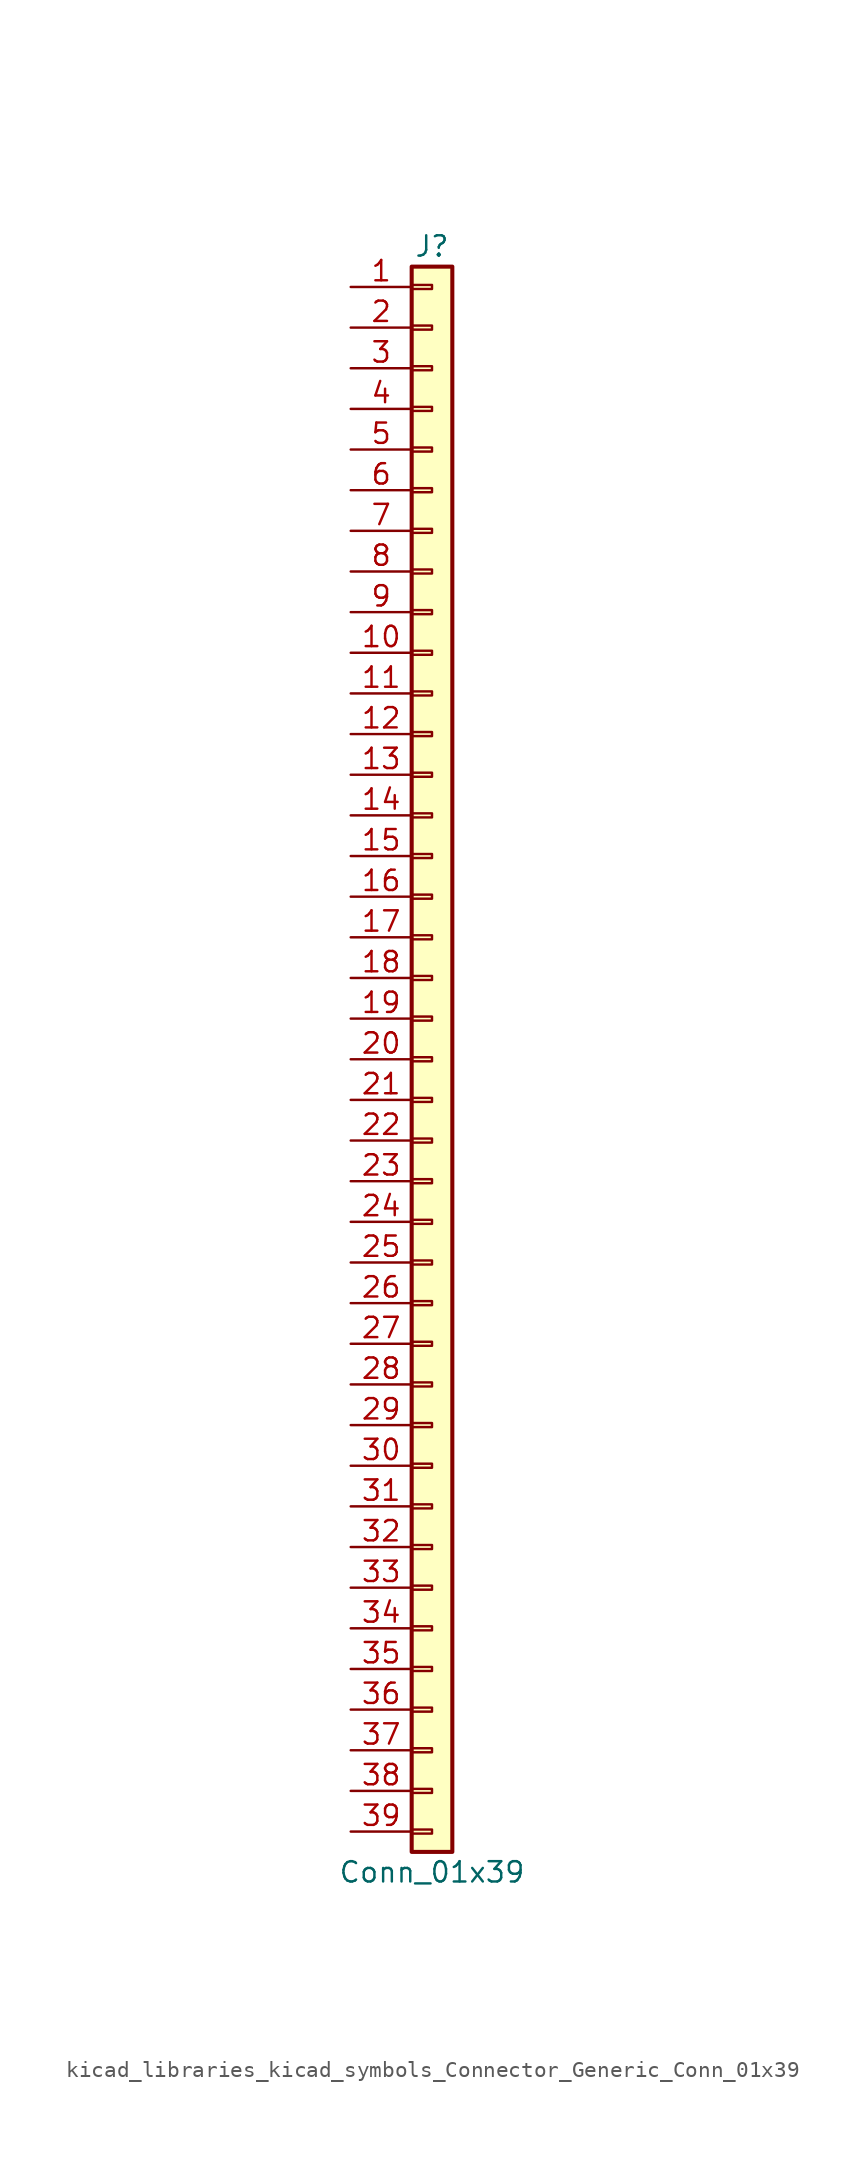
<source format=kicad_sym>
(kicad_symbol_lib
  (version 20220914)
  (generator kicad_symbol_editor)
  (symbol "kicad_libraries_kicad_symbols_Connector_Generic_Conn_01x39"
    (pin_names
      (offset 1.016) hide)
    (property "Reference" "J"
      (at 0 50.8 0)
      (effects (font (size 1.27 1.27))))
    (property "Value" "Conn_01x39"
      (at 0 -50.8 0)
      (effects (font (size 1.27 1.27))))
    (symbol "kicad_libraries_kicad_symbols_Connector_Generic_Conn_01x39_1_1"
      (rectangle (start -1.27 -48.133) (end 0 -48.387) (stroke (width 0.152) (type default)) (fill (type none)))
      (rectangle (start -1.27 -45.593) (end 0 -45.847) (stroke (width 0.152) (type default)) (fill (type none)))
      (rectangle (start -1.27 -43.053) (end 0 -43.307) (stroke (width 0.152) (type default)) (fill (type none)))
      (rectangle (start -1.27 -40.513) (end 0 -40.767) (stroke (width 0.152) (type default)) (fill (type none)))
      (rectangle (start -1.27 -37.973) (end 0 -38.227) (stroke (width 0.152) (type default)) (fill (type none)))
      (rectangle (start -1.27 -35.433) (end 0 -35.687) (stroke (width 0.152) (type default)) (fill (type none)))
      (rectangle (start -1.27 -32.893) (end 0 -33.147) (stroke (width 0.152) (type default)) (fill (type none)))
      (rectangle (start -1.27 -30.353) (end 0 -30.607) (stroke (width 0.152) (type default)) (fill (type none)))
      (rectangle (start -1.27 -27.813) (end 0 -28.067) (stroke (width 0.152) (type default)) (fill (type none)))
      (rectangle (start -1.27 -25.273) (end 0 -25.527) (stroke (width 0.152) (type default)) (fill (type none)))
      (rectangle (start -1.27 -22.733) (end 0 -22.987) (stroke (width 0.152) (type default)) (fill (type none)))
      (rectangle (start -1.27 -20.193) (end 0 -20.447) (stroke (width 0.152) (type default)) (fill (type none)))
      (rectangle (start -1.27 -17.653) (end 0 -17.907) (stroke (width 0.152) (type default)) (fill (type none)))
      (rectangle (start -1.27 -15.113) (end 0 -15.367) (stroke (width 0.152) (type default)) (fill (type none)))
      (rectangle (start -1.27 -12.573) (end 0 -12.827) (stroke (width 0.152) (type default)) (fill (type none)))
      (rectangle (start -1.27 -10.033) (end 0 -10.287) (stroke (width 0.152) (type default)) (fill (type none)))
      (rectangle (start -1.27 -7.493) (end 0 -7.747) (stroke (width 0.152) (type default)) (fill (type none)))
      (rectangle (start -1.27 -4.953) (end 0 -5.207) (stroke (width 0.152) (type default)) (fill (type none)))
      (rectangle (start -1.27 -2.413) (end 0 -2.667) (stroke (width 0.152) (type default)) (fill (type none)))
      (rectangle (start -1.27 0.127) (end 0 -0.127) (stroke (width 0.152) (type default)) (fill (type none)))
      (rectangle (start -1.27 2.667) (end 0 2.413) (stroke (width 0.152) (type default)) (fill (type none)))
      (rectangle (start -1.27 5.207) (end 0 4.953) (stroke (width 0.152) (type default)) (fill (type none)))
      (rectangle (start -1.27 7.747) (end 0 7.493) (stroke (width 0.152) (type default)) (fill (type none)))
      (rectangle (start -1.27 10.287) (end 0 10.033) (stroke (width 0.152) (type default)) (fill (type none)))
      (rectangle (start -1.27 12.827) (end 0 12.573) (stroke (width 0.152) (type default)) (fill (type none)))
      (rectangle (start -1.27 15.367) (end 0 15.113) (stroke (width 0.152) (type default)) (fill (type none)))
      (rectangle (start -1.27 17.907) (end 0 17.653) (stroke (width 0.152) (type default)) (fill (type none)))
      (rectangle (start -1.27 20.447) (end 0 20.193) (stroke (width 0.152) (type default)) (fill (type none)))
      (rectangle (start -1.27 22.987) (end 0 22.733) (stroke (width 0.152) (type default)) (fill (type none)))
      (rectangle (start -1.27 25.527) (end 0 25.273) (stroke (width 0.152) (type default)) (fill (type none)))
      (rectangle (start -1.27 28.067) (end 0 27.813) (stroke (width 0.152) (type default)) (fill (type none)))
      (rectangle (start -1.27 30.607) (end 0 30.353) (stroke (width 0.152) (type default)) (fill (type none)))
      (rectangle (start -1.27 33.147) (end 0 32.893) (stroke (width 0.152) (type default)) (fill (type none)))
      (rectangle (start -1.27 35.687) (end 0 35.433) (stroke (width 0.152) (type default)) (fill (type none)))
      (rectangle (start -1.27 38.227) (end 0 37.973) (stroke (width 0.152) (type default)) (fill (type none)))
      (rectangle (start -1.27 40.767) (end 0 40.513) (stroke (width 0.152) (type default)) (fill (type none)))
      (rectangle (start -1.27 43.307) (end 0 43.053) (stroke (width 0.152) (type default)) (fill (type none)))
      (rectangle (start -1.27 45.847) (end 0 45.593) (stroke (width 0.152) (type default)) (fill (type none)))
      (rectangle (start -1.27 48.387) (end 0 48.133) (stroke (width 0.152) (type default)) (fill (type none)))
      (rectangle (start -1.27 49.53) (end 1.27 -49.53) (stroke (width 0.254) (type default)) (fill (type background)))
      (pin passive line (at -5.08 48.26 0) (length 3.81) (name "Pin_1" (effects (font (size 1.27 1.27)))) (number "1" (effects (font (size 1.27 1.27)))))
      (pin passive line (at -5.08 25.4 0) (length 3.81) (name "Pin_10" (effects (font (size 1.27 1.27)))) (number "10" (effects (font (size 1.27 1.27)))))
      (pin passive line (at -5.08 22.86 0) (length 3.81) (name "Pin_11" (effects (font (size 1.27 1.27)))) (number "11" (effects (font (size 1.27 1.27)))))
      (pin passive line (at -5.08 20.32 0) (length 3.81) (name "Pin_12" (effects (font (size 1.27 1.27)))) (number "12" (effects (font (size 1.27 1.27)))))
      (pin passive line (at -5.08 17.78 0) (length 3.81) (name "Pin_13" (effects (font (size 1.27 1.27)))) (number "13" (effects (font (size 1.27 1.27)))))
      (pin passive line (at -5.08 15.24 0) (length 3.81) (name "Pin_14" (effects (font (size 1.27 1.27)))) (number "14" (effects (font (size 1.27 1.27)))))
      (pin passive line (at -5.08 12.7 0) (length 3.81) (name "Pin_15" (effects (font (size 1.27 1.27)))) (number "15" (effects (font (size 1.27 1.27)))))
      (pin passive line (at -5.08 10.16 0) (length 3.81) (name "Pin_16" (effects (font (size 1.27 1.27)))) (number "16" (effects (font (size 1.27 1.27)))))
      (pin passive line (at -5.08 7.62 0) (length 3.81) (name "Pin_17" (effects (font (size 1.27 1.27)))) (number "17" (effects (font (size 1.27 1.27)))))
      (pin passive line (at -5.08 5.08 0) (length 3.81) (name "Pin_18" (effects (font (size 1.27 1.27)))) (number "18" (effects (font (size 1.27 1.27)))))
      (pin passive line (at -5.08 2.54 0) (length 3.81) (name "Pin_19" (effects (font (size 1.27 1.27)))) (number "19" (effects (font (size 1.27 1.27)))))
      (pin passive line (at -5.08 45.72 0) (length 3.81) (name "Pin_2" (effects (font (size 1.27 1.27)))) (number "2" (effects (font (size 1.27 1.27)))))
      (pin passive line (at -5.08 0 0) (length 3.81) (name "Pin_20" (effects (font (size 1.27 1.27)))) (number "20" (effects (font (size 1.27 1.27)))))
      (pin passive line (at -5.08 -2.54 0) (length 3.81) (name "Pin_21" (effects (font (size 1.27 1.27)))) (number "21" (effects (font (size 1.27 1.27)))))
      (pin passive line (at -5.08 -5.08 0) (length 3.81) (name "Pin_22" (effects (font (size 1.27 1.27)))) (number "22" (effects (font (size 1.27 1.27)))))
      (pin passive line (at -5.08 -7.62 0) (length 3.81) (name "Pin_23" (effects (font (size 1.27 1.27)))) (number "23" (effects (font (size 1.27 1.27)))))
      (pin passive line (at -5.08 -10.16 0) (length 3.81) (name "Pin_24" (effects (font (size 1.27 1.27)))) (number "24" (effects (font (size 1.27 1.27)))))
      (pin passive line (at -5.08 -12.7 0) (length 3.81) (name "Pin_25" (effects (font (size 1.27 1.27)))) (number "25" (effects (font (size 1.27 1.27)))))
      (pin passive line (at -5.08 -15.24 0) (length 3.81) (name "Pin_26" (effects (font (size 1.27 1.27)))) (number "26" (effects (font (size 1.27 1.27)))))
      (pin passive line (at -5.08 -17.78 0) (length 3.81) (name "Pin_27" (effects (font (size 1.27 1.27)))) (number "27" (effects (font (size 1.27 1.27)))))
      (pin passive line (at -5.08 -20.32 0) (length 3.81) (name "Pin_28" (effects (font (size 1.27 1.27)))) (number "28" (effects (font (size 1.27 1.27)))))
      (pin passive line (at -5.08 -22.86 0) (length 3.81) (name "Pin_29" (effects (font (size 1.27 1.27)))) (number "29" (effects (font (size 1.27 1.27)))))
      (pin passive line (at -5.08 43.18 0) (length 3.81) (name "Pin_3" (effects (font (size 1.27 1.27)))) (number "3" (effects (font (size 1.27 1.27)))))
      (pin passive line (at -5.08 -25.4 0) (length 3.81) (name "Pin_30" (effects (font (size 1.27 1.27)))) (number "30" (effects (font (size 1.27 1.27)))))
      (pin passive line (at -5.08 -27.94 0) (length 3.81) (name "Pin_31" (effects (font (size 1.27 1.27)))) (number "31" (effects (font (size 1.27 1.27)))))
      (pin passive line (at -5.08 -30.48 0) (length 3.81) (name "Pin_32" (effects (font (size 1.27 1.27)))) (number "32" (effects (font (size 1.27 1.27)))))
      (pin passive line (at -5.08 -33.02 0) (length 3.81) (name "Pin_33" (effects (font (size 1.27 1.27)))) (number "33" (effects (font (size 1.27 1.27)))))
      (pin passive line (at -5.08 -35.56 0) (length 3.81) (name "Pin_34" (effects (font (size 1.27 1.27)))) (number "34" (effects (font (size 1.27 1.27)))))
      (pin passive line (at -5.08 -38.1 0) (length 3.81) (name "Pin_35" (effects (font (size 1.27 1.27)))) (number "35" (effects (font (size 1.27 1.27)))))
      (pin passive line (at -5.08 -40.64 0) (length 3.81) (name "Pin_36" (effects (font (size 1.27 1.27)))) (number "36" (effects (font (size 1.27 1.27)))))
      (pin passive line (at -5.08 -43.18 0) (length 3.81) (name "Pin_37" (effects (font (size 1.27 1.27)))) (number "37" (effects (font (size 1.27 1.27)))))
      (pin passive line (at -5.08 -45.72 0) (length 3.81) (name "Pin_38" (effects (font (size 1.27 1.27)))) (number "38" (effects (font (size 1.27 1.27)))))
      (pin passive line (at -5.08 -48.26 0) (length 3.81) (name "Pin_39" (effects (font (size 1.27 1.27)))) (number "39" (effects (font (size 1.27 1.27)))))
      (pin passive line (at -5.08 40.64 0) (length 3.81) (name "Pin_4" (effects (font (size 1.27 1.27)))) (number "4" (effects (font (size 1.27 1.27)))))
      (pin passive line (at -5.08 38.1 0) (length 3.81) (name "Pin_5" (effects (font (size 1.27 1.27)))) (number "5" (effects (font (size 1.27 1.27)))))
      (pin passive line (at -5.08 35.56 0) (length 3.81) (name "Pin_6" (effects (font (size 1.27 1.27)))) (number "6" (effects (font (size 1.27 1.27)))))
      (pin passive line (at -5.08 33.02 0) (length 3.81) (name "Pin_7" (effects (font (size 1.27 1.27)))) (number "7" (effects (font (size 1.27 1.27)))))
      (pin passive line (at -5.08 30.48 0) (length 3.81) (name "Pin_8" (effects (font (size 1.27 1.27)))) (number "8" (effects (font (size 1.27 1.27)))))
      (pin passive line (at -5.08 27.94 0) (length 3.81) (name "Pin_9" (effects (font (size 1.27 1.27)))) (number "9" (effects (font (size 1.27 1.27))))))))
</source>
